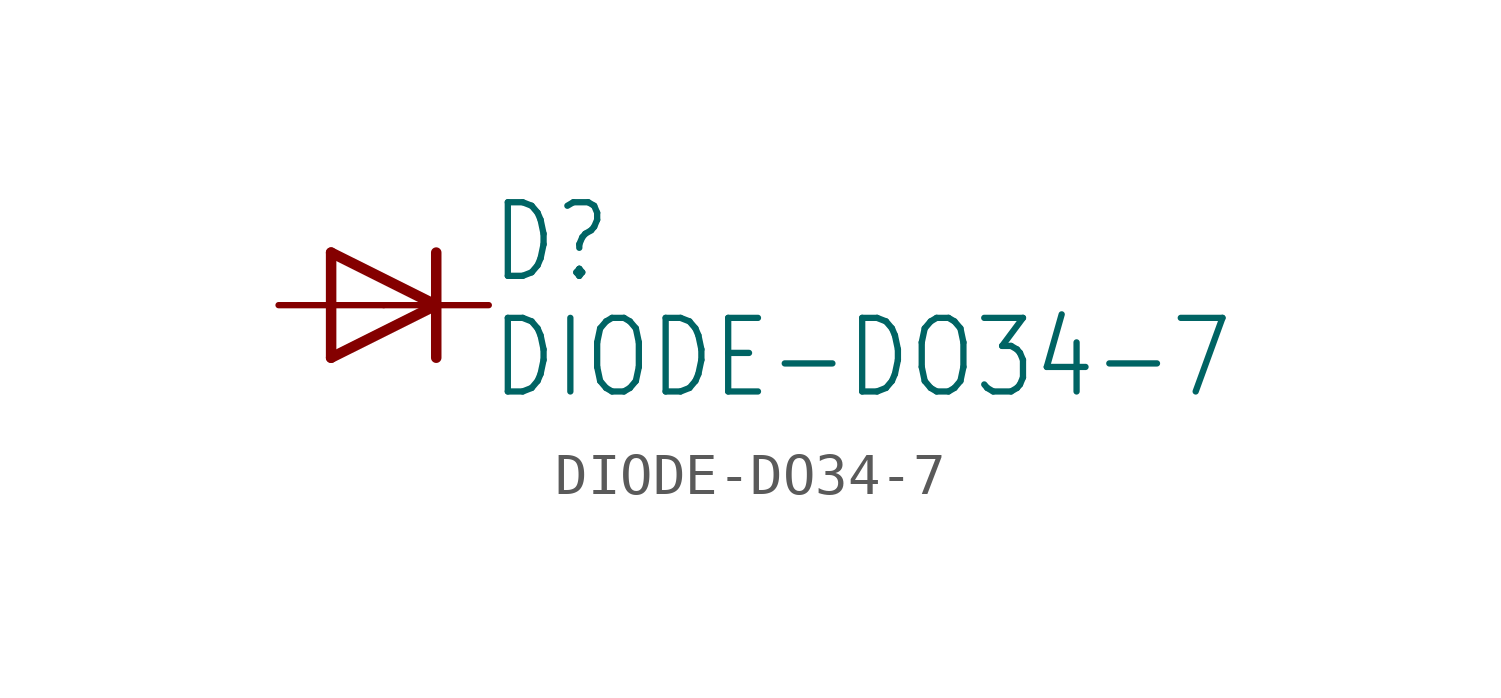
<source format=kicad_sym>
(kicad_symbol_lib
  (version 20211014)
  (generator kicad_symbol_editor)
  (symbol "DIODE-DO34-7"
    (property "Reference" "D"
      (at 2.54 0.483 0)
      (effects (font (size 1.778 1.511)) (justify left bottom)))
    (property "Value" "DIODE-DO34-7"
      (at 2.54 -2.311 0)
      (effects (font (size 1.778 1.511)) (justify left bottom)))
    (property "ki_locked" ""
      (at 0 0 0)
      (effects (font (size 1.27 1.27))))
    (symbol "DIODE-DO34-7_1_0"
      (polyline (pts (xy -1.27 -1.27) (xy 1.27 0)) (stroke (width 0.254) (type default) (color 0 0 0 0)) (fill (type none)))
      (polyline (pts (xy -1.27 1.27) (xy -1.27 -1.27)) (stroke (width 0.254) (type default) (color 0 0 0 0)) (fill (type none)))
      (polyline (pts (xy 1.27 0) (xy -1.27 1.27)) (stroke (width 0.254) (type default) (color 0 0 0 0)) (fill (type none)))
      (polyline (pts (xy 1.27 0) (xy 1.27 -1.27)) (stroke (width 0.254) (type default) (color 0 0 0 0)) (fill (type none)))
      (polyline (pts (xy 1.27 1.27) (xy 1.27 0)) (stroke (width 0.254) (type default) (color 0 0 0 0)) (fill (type none)))
      (pin passive line (at -2.54 0 0) (length 2.54) (name "A" (effects (font (size 0 0)))) (number "A" (effects (font (size 0 0)))))
      (pin passive line (at 2.54 0 180) (length 2.54) (name "C" (effects (font (size 0 0)))) (number "C" (effects (font (size 0 0))))))))
</source>
